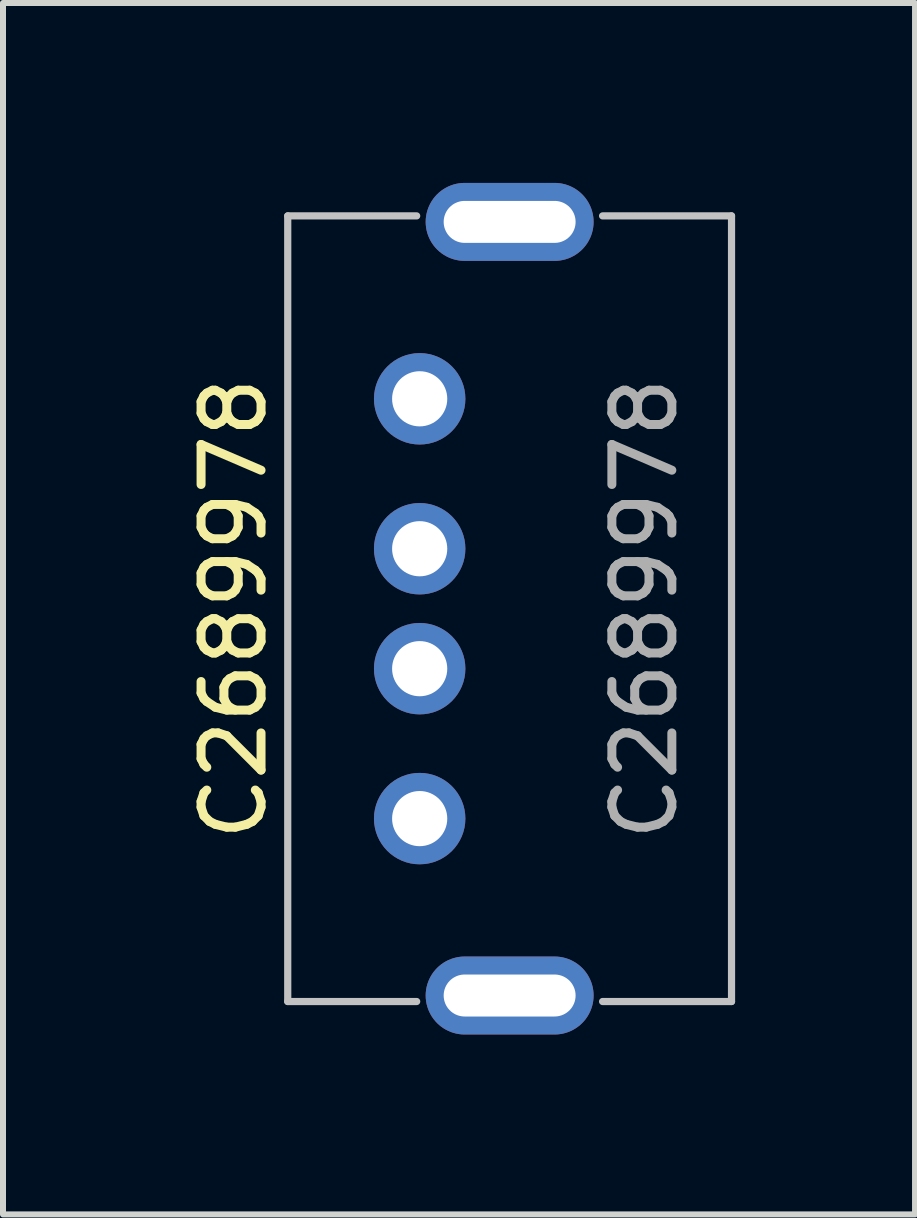
<source format=kicad_pcb>
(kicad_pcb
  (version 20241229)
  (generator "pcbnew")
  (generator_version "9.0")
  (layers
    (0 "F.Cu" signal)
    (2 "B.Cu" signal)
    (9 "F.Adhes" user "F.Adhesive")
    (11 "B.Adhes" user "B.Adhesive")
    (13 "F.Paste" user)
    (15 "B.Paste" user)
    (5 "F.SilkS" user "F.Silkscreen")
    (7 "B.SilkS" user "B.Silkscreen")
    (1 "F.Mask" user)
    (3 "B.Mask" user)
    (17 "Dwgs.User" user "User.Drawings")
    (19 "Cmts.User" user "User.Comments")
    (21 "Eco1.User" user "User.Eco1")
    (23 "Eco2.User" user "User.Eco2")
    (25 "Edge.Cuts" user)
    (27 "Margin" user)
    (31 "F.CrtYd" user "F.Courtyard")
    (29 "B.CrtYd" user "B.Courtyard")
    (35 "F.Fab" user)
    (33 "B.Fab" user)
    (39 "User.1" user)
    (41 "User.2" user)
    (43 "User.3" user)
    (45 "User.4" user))
  (footprint "C2689978"
    (layer "F.Cu")
    (at 4.698 7.1)
    (property "Reference" "C2689978" (at -3.85 0 90) (unlocked yes) (layer "F.SilkS") (effects (font (size 1 1) (thickness 0.15))))
    (attr through_hole)
    (fp_line (start -2.95 -6.55) (end -2.95 6.55) (stroke (width 0.12) (type default)) (layer "Dwgs.User"))
    (fp_line (start -2.95 -6.55) (end -0.8 -6.55) (stroke (width 0.12) (type default)) (layer "Dwgs.User"))
    (fp_line (start -2.95 6.55) (end -0.8 6.55) (stroke (width 0.12) (type default)) (layer "Dwgs.User"))
    (fp_line (start 4.45 -6.55) (end 2.3 -6.55) (stroke (width 0.12) (type default)) (layer "Dwgs.User"))
    (fp_line (start 4.45 -6.55) (end 4.45 6.55) (stroke (width 0.12) (type default)) (layer "Dwgs.User"))
    (fp_line (start 4.45 6.55) (end 2.3 6.55) (stroke (width 0.12) (type default)) (layer "Dwgs.User"))
    (fp_text user "${REFERENCE}" (at 3 0 90) (unlocked yes) (layer "F.Fab") (effects (font (size 1 1) (thickness 0.15))))
    (pad "1" thru_hole circle (at -0.75 3.5) (size 1.524 1.524) (drill 0.92) (layers "*.Cu" "*.Mask"))
    (pad "2" thru_hole circle (at -0.75 1) (size 1.524 1.524) (drill 0.92) (layers "*.Cu" "*.Mask"))
    (pad "3" thru_hole circle (at -0.75 -1) (size 1.524 1.524) (drill 0.92) (layers "*.Cu" "*.Mask"))
    (pad "4" thru_hole circle (at -0.75 -3.5) (size 1.524 1.524) (drill 0.92) (layers "*.Cu" "*.Mask"))
    (pad "5" thru_hole oval (at 0.75 -6.45) (size 2.8 1.3) (drill oval 2.2 0.7) (layers "*.Cu" "*.Mask"))
    (pad "5" thru_hole oval (at 0.75 6.45) (size 2.8 1.3) (drill oval 2.2 0.7) (layers "*.Cu" "*.Mask")))
  (gr_rect
    (start -3 -3)
    (end 12.208 17.2)
    (stroke (width 0.1) (type default))
    (fill no)
    (layer "Edge.Cuts")))
</source>
